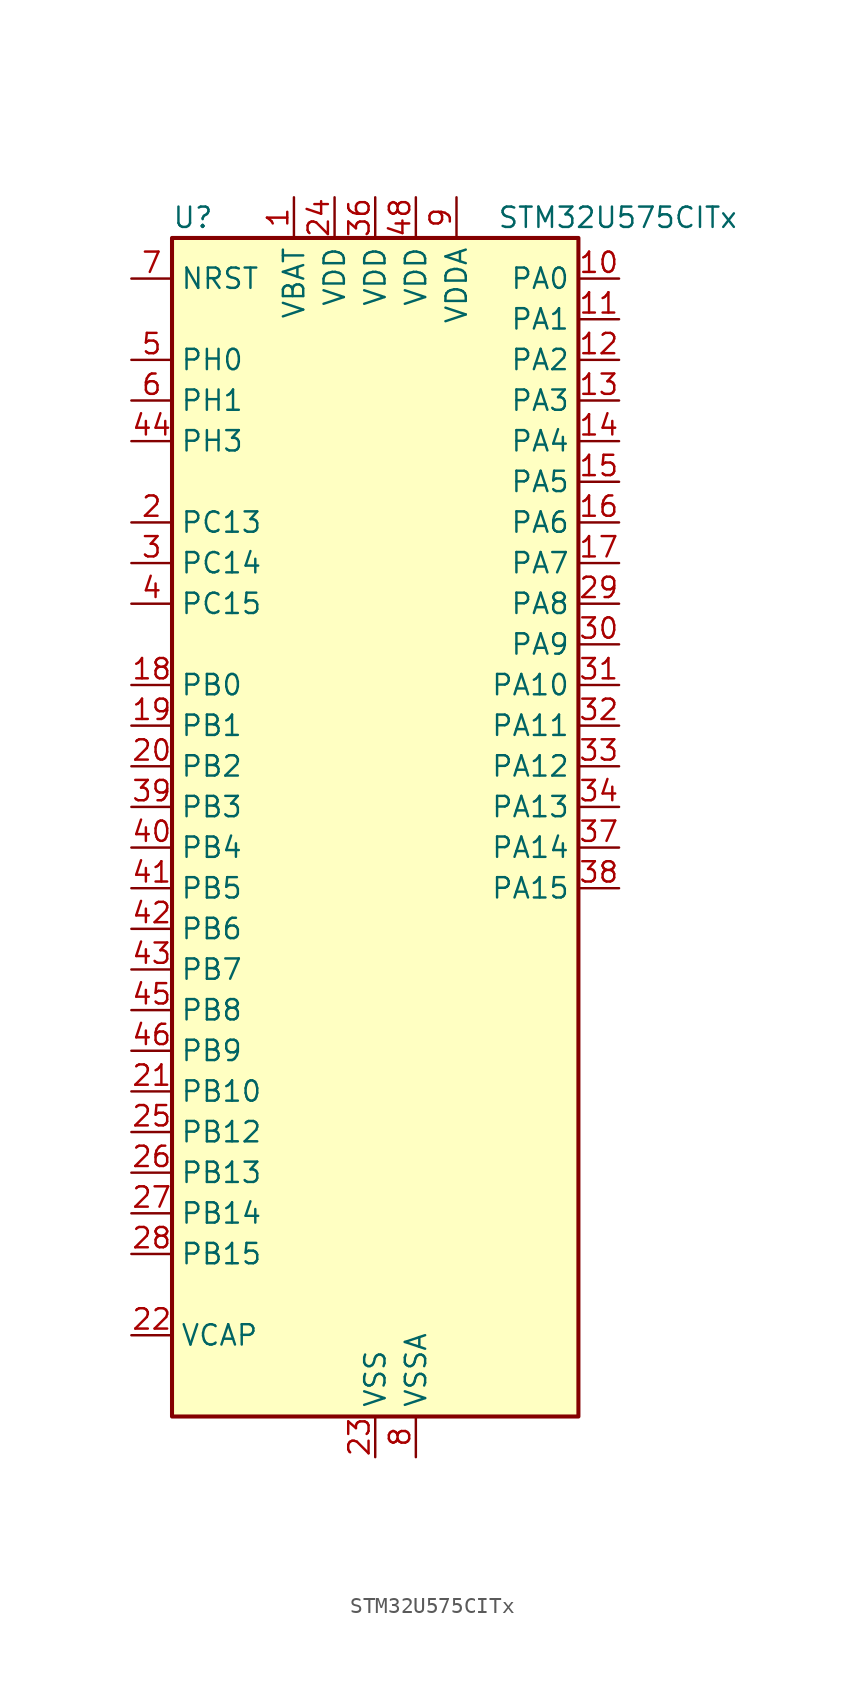
<source format=kicad_sym>
(kicad_symbol_lib
  (version 20220914)
  (generator kicad_symbol_editor)
  (symbol "STM32U575CITx"
    (property "Reference" "U"
      (at -12.7 39.37 0)
      (effects (font (size 1.27 1.27)) (justify left)))
    (property "Value" "STM32U575CITx"
      (at 7.62 39.37 0)
      (effects (font (size 1.27 1.27)) (justify left)))
    (property "ki_locked" ""
      (at 0 0 0)
      (effects (font (size 1.27 1.27))))
    (symbol "STM32U575CITx_0_1"
      (rectangle (start -12.7 -35.56) (end 12.7 38.1) (stroke (width 0.254) (type default)) (fill (type background))))
    (symbol "STM32U575CITx_1_1"
      (pin power_in line (at -5.08 40.64 270) (length 2.54) (name "VBAT" (effects (font (size 1.27 1.27)))) (number "1" (effects (font (size 1.27 1.27)))))
      (pin bidirectional line (at 15.24 35.56 180) (length 2.54) (name "PA0" (effects (font (size 1.27 1.27)))) (number "10" (effects (font (size 1.27 1.27)))) (alternate "ADC1_IN5" bidirectional line) (alternate "AUDIOCLK" bidirectional line) (alternate "OCTOSPIM_P2_NCS" bidirectional line) (alternate "OPAMP1_VINP" bidirectional line) (alternate "PWR_WKUP1" bidirectional line) (alternate "SPI3_RDY" bidirectional line) (alternate "TAMP_IN2" bidirectional line) (alternate "TAMP_OUT1" bidirectional line) (alternate "TIM2_CH1" bidirectional line) (alternate "TIM2_ETR" bidirectional line) (alternate "TIM5_CH1" bidirectional line) (alternate "TIM8_ETR" bidirectional line) (alternate "UART4_TX" bidirectional line) (alternate "USART2_CTS" bidirectional line))
      (pin bidirectional line (at 15.24 33.02 180) (length 2.54) (name "PA1" (effects (font (size 1.27 1.27)))) (number "11" (effects (font (size 1.27 1.27)))) (alternate "ADC1_IN6" bidirectional line) (alternate "I2C1_SMBA" bidirectional line) (alternate "LPTIM1_CH2" bidirectional line) (alternate "OCTOSPIM_P1_DQS" bidirectional line) (alternate "OPAMP1_VINM" bidirectional line) (alternate "PWR_WKUP3" bidirectional line) (alternate "SPI1_SCK" bidirectional line) (alternate "TAMP_IN5" bidirectional line) (alternate "TAMP_OUT4" bidirectional line) (alternate "TIM15_CH1N" bidirectional line) (alternate "TIM2_CH2" bidirectional line) (alternate "TIM5_CH2" bidirectional line) (alternate "UART4_RX" bidirectional line) (alternate "USART2_DE" bidirectional line) (alternate "USART2_RTS" bidirectional line))
      (pin bidirectional line (at 15.24 30.48 180) (length 2.54) (name "PA2" (effects (font (size 1.27 1.27)))) (number "12" (effects (font (size 1.27 1.27)))) (alternate "ADC1_IN7" bidirectional line) (alternate "COMP1_INP" bidirectional line) (alternate "LPUART1_TX" bidirectional line) (alternate "OCTOSPIM_P1_NCS" bidirectional line) (alternate "PWR_WKUP4" bidirectional line) (alternate "RCC_LSCO" bidirectional line) (alternate "SPI1_RDY" bidirectional line) (alternate "TIM15_CH1" bidirectional line) (alternate "TIM2_CH3" bidirectional line) (alternate "TIM5_CH3" bidirectional line) (alternate "UCPD1_FRSTX1" bidirectional line) (alternate "USART2_TX" bidirectional line))
      (pin bidirectional line (at 15.24 27.94 180) (length 2.54) (name "PA3" (effects (font (size 1.27 1.27)))) (number "13" (effects (font (size 1.27 1.27)))) (alternate "ADC1_IN8" bidirectional line) (alternate "LPUART1_RX" bidirectional line) (alternate "OCTOSPIM_P1_CLK" bidirectional line) (alternate "OPAMP1_VOUT" bidirectional line) (alternate "PWR_WKUP5" bidirectional line) (alternate "SAI1_CK1" bidirectional line) (alternate "SAI1_MCLK_A" bidirectional line) (alternate "TIM15_CH2" bidirectional line) (alternate "TIM2_CH4" bidirectional line) (alternate "TIM5_CH4" bidirectional line) (alternate "USART2_RX" bidirectional line))
      (pin bidirectional line (at 15.24 25.4 180) (length 2.54) (name "PA4" (effects (font (size 1.27 1.27)))) (number "14" (effects (font (size 1.27 1.27)))) (alternate "ADC1_IN9" bidirectional line) (alternate "ADC4_IN9" bidirectional line) (alternate "DAC1_OUT1" bidirectional line) (alternate "LPTIM2_CH1" bidirectional line) (alternate "OCTOSPIM_P1_NCS" bidirectional line) (alternate "PWR_WKUP2" bidirectional line) (alternate "SAI1_FS_B" bidirectional line) (alternate "SPI1_NSS" bidirectional line) (alternate "SPI3_NSS" bidirectional line) (alternate "USART2_CK" bidirectional line))
      (pin bidirectional line (at 15.24 22.86 180) (length 2.54) (name "PA5" (effects (font (size 1.27 1.27)))) (number "15" (effects (font (size 1.27 1.27)))) (alternate "ADC1_IN10" bidirectional line) (alternate "ADC4_IN10" bidirectional line) (alternate "DAC1_OUT2" bidirectional line) (alternate "LPTIM2_ETR" bidirectional line) (alternate "PWR_CSLEEP" bidirectional line) (alternate "PWR_WKUP6" bidirectional line) (alternate "SPI1_SCK" bidirectional line) (alternate "TIM2_CH1" bidirectional line) (alternate "TIM2_ETR" bidirectional line) (alternate "TIM8_CH1N" bidirectional line) (alternate "USART3_RX" bidirectional line))
      (pin bidirectional line (at 15.24 20.32 180) (length 2.54) (name "PA6" (effects (font (size 1.27 1.27)))) (number "16" (effects (font (size 1.27 1.27)))) (alternate "ADC1_IN11" bidirectional line) (alternate "ADC4_IN11" bidirectional line) (alternate "LPUART1_CTS" bidirectional line) (alternate "OCTOSPIM_P1_IO3" bidirectional line) (alternate "OPAMP2_VINP" bidirectional line) (alternate "PWR_CDSTOP" bidirectional line) (alternate "PWR_WKUP7" bidirectional line) (alternate "SPI1_MISO" bidirectional line) (alternate "TIM16_CH1" bidirectional line) (alternate "TIM1_BKIN" bidirectional line) (alternate "TIM3_CH1" bidirectional line) (alternate "TIM8_BKIN" bidirectional line) (alternate "USART3_CTS" bidirectional line))
      (pin bidirectional line (at 15.24 17.78 180) (length 2.54) (name "PA7" (effects (font (size 1.27 1.27)))) (number "17" (effects (font (size 1.27 1.27)))) (alternate "ADC1_IN12" bidirectional line) (alternate "ADC4_IN20" bidirectional line) (alternate "I2C3_SCL" bidirectional line) (alternate "LPTIM2_CH2" bidirectional line) (alternate "OCTOSPIM_P1_IO2" bidirectional line) (alternate "OPAMP2_VINM" bidirectional line) (alternate "PWR_SRDSTOP" bidirectional line) (alternate "PWR_WKUP8" bidirectional line) (alternate "SPI1_MOSI" bidirectional line) (alternate "TIM17_CH1" bidirectional line) (alternate "TIM1_CH1N" bidirectional line) (alternate "TIM3_CH2" bidirectional line) (alternate "TIM8_CH1N" bidirectional line) (alternate "USART3_TX" bidirectional line))
      (pin bidirectional line (at -15.24 10.16 0) (length 2.54) (name "PB0" (effects (font (size 1.27 1.27)))) (number "18" (effects (font (size 1.27 1.27)))) (alternate "ADC1_IN15" bidirectional line) (alternate "ADC4_IN18" bidirectional line) (alternate "AUDIOCLK" bidirectional line) (alternate "COMP1_OUT" bidirectional line) (alternate "LPTIM3_CH1" bidirectional line) (alternate "OCTOSPIM_P1_IO1" bidirectional line) (alternate "OPAMP2_VOUT" bidirectional line) (alternate "SPI1_NSS" bidirectional line) (alternate "TIM1_CH2N" bidirectional line) (alternate "TIM3_CH3" bidirectional line) (alternate "TIM8_CH2N" bidirectional line) (alternate "USART3_CK" bidirectional line))
      (pin bidirectional line (at -15.24 7.62 0) (length 2.54) (name "PB1" (effects (font (size 1.27 1.27)))) (number "19" (effects (font (size 1.27 1.27)))) (alternate "ADC1_IN16" bidirectional line) (alternate "ADC4_IN19" bidirectional line) (alternate "COMP1_INM" bidirectional line) (alternate "LPTIM2_IN1" bidirectional line) (alternate "LPTIM3_CH2" bidirectional line) (alternate "LPUART1_DE" bidirectional line) (alternate "LPUART1_RTS" bidirectional line) (alternate "MDF1_SDI0" bidirectional line) (alternate "OCTOSPIM_P1_IO0" bidirectional line) (alternate "PWR_WKUP4" bidirectional line) (alternate "TIM1_CH3N" bidirectional line) (alternate "TIM3_CH4" bidirectional line) (alternate "TIM8_CH3N" bidirectional line) (alternate "USART3_DE" bidirectional line) (alternate "USART3_RTS" bidirectional line))
      (pin bidirectional line (at -15.24 20.32 0) (length 2.54) (name "PC13" (effects (font (size 1.27 1.27)))) (number "2" (effects (font (size 1.27 1.27)))) (alternate "PWR_WKUP2" bidirectional line) (alternate "RTC_OUT1" bidirectional line) (alternate "RTC_TS" bidirectional line) (alternate "TAMP_IN1" bidirectional line) (alternate "TAMP_OUT2" bidirectional line))
      (pin bidirectional line (at -15.24 5.08 0) (length 2.54) (name "PB2" (effects (font (size 1.27 1.27)))) (number "20" (effects (font (size 1.27 1.27)))) (alternate "ADC1_IN17" bidirectional line) (alternate "COMP1_INP" bidirectional line) (alternate "I2C3_SMBA" bidirectional line) (alternate "LPTIM1_CH1" bidirectional line) (alternate "MDF1_CKI0" bidirectional line) (alternate "OCTOSPIM_P1_DQS" bidirectional line) (alternate "PWR_WKUP1" bidirectional line) (alternate "RTC_OUT2" bidirectional line) (alternate "SPI1_RDY" bidirectional line) (alternate "TIM8_CH4N" bidirectional line) (alternate "UCPD1_FRSTX1" bidirectional line))
      (pin bidirectional line (at -15.24 -15.24 0) (length 2.54) (name "PB10" (effects (font (size 1.27 1.27)))) (number "21" (effects (font (size 1.27 1.27)))) (alternate "COMP1_OUT" bidirectional line) (alternate "I2C2_SCL" bidirectional line) (alternate "I2C4_SCL" bidirectional line) (alternate "LPTIM3_CH1" bidirectional line) (alternate "LPUART1_RX" bidirectional line) (alternate "OCTOSPIM_P1_CLK" bidirectional line) (alternate "PWR_WKUP8" bidirectional line) (alternate "SAI1_SCK_A" bidirectional line) (alternate "SPI2_SCK" bidirectional line) (alternate "TIM2_CH3" bidirectional line) (alternate "TSC_SYNC" bidirectional line) (alternate "USART3_TX" bidirectional line))
      (pin power_out line (at -15.24 -30.48 0) (length 2.54) (name "VCAP" (effects (font (size 1.27 1.27)))) (number "22" (effects (font (size 1.27 1.27)))))
      (pin power_in line (at 0 -38.1 90) (length 2.54) (name "VSS" (effects (font (size 1.27 1.27)))) (number "23" (effects (font (size 1.27 1.27)))))
      (pin power_in line (at -2.54 40.64 270) (length 2.54) (name "VDD" (effects (font (size 1.27 1.27)))) (number "24" (effects (font (size 1.27 1.27)))))
      (pin bidirectional line (at -15.24 -17.78 0) (length 2.54) (name "PB12" (effects (font (size 1.27 1.27)))) (number "25" (effects (font (size 1.27 1.27)))) (alternate "I2C2_SMBA" bidirectional line) (alternate "LPUART1_DE" bidirectional line) (alternate "LPUART1_RTS" bidirectional line) (alternate "MDF1_SDI1" bidirectional line) (alternate "OCTOSPIM_P1_NCLK" bidirectional line) (alternate "SPI2_NSS" bidirectional line) (alternate "TIM15_BKIN" bidirectional line) (alternate "TIM1_BKIN" bidirectional line) (alternate "TSC_G1_IO1" bidirectional line) (alternate "USART3_CK" bidirectional line))
      (pin bidirectional line (at -15.24 -20.32 0) (length 2.54) (name "PB13" (effects (font (size 1.27 1.27)))) (number "26" (effects (font (size 1.27 1.27)))) (alternate "I2C2_SCL" bidirectional line) (alternate "LPTIM3_IN1" bidirectional line) (alternate "LPUART1_CTS" bidirectional line) (alternate "MDF1_CKI1" bidirectional line) (alternate "SPI2_SCK" bidirectional line) (alternate "TIM15_CH1N" bidirectional line) (alternate "TIM1_CH1N" bidirectional line) (alternate "TSC_G1_IO2" bidirectional line) (alternate "USART3_CTS" bidirectional line))
      (pin bidirectional line (at -15.24 -22.86 0) (length 2.54) (name "PB14" (effects (font (size 1.27 1.27)))) (number "27" (effects (font (size 1.27 1.27)))) (alternate "I2C2_SDA" bidirectional line) (alternate "LPTIM3_ETR" bidirectional line) (alternate "MDF1_SDI2" bidirectional line) (alternate "SPI2_MISO" bidirectional line) (alternate "TIM15_CH1" bidirectional line) (alternate "TIM1_CH2N" bidirectional line) (alternate "TIM8_CH2N" bidirectional line) (alternate "TSC_G1_IO3" bidirectional line) (alternate "UCPD1_DBCC2" bidirectional line) (alternate "USART3_DE" bidirectional line) (alternate "USART3_RTS" bidirectional line))
      (pin bidirectional line (at -15.24 -25.4 0) (length 2.54) (name "PB15" (effects (font (size 1.27 1.27)))) (number "28" (effects (font (size 1.27 1.27)))) (alternate "ADC1_EXTI15" bidirectional line) (alternate "ADC4_EXTI15" bidirectional line) (alternate "LPTIM2_IN2" bidirectional line) (alternate "MDF1_CKI2" bidirectional line) (alternate "PWR_WKUP7" bidirectional line) (alternate "RTC_REFIN" bidirectional line) (alternate "SPI2_MOSI" bidirectional line) (alternate "TIM15_CH2" bidirectional line) (alternate "TIM1_CH3N" bidirectional line) (alternate "TIM8_CH3N" bidirectional line) (alternate "UCPD1_CC2" bidirectional line))
      (pin bidirectional line (at 15.24 15.24 180) (length 2.54) (name "PA8" (effects (font (size 1.27 1.27)))) (number "29" (effects (font (size 1.27 1.27)))) (alternate "DEBUG_TRACECLK" bidirectional line) (alternate "LPTIM2_CH1" bidirectional line) (alternate "RCC_MCO" bidirectional line) (alternate "SAI1_CK2" bidirectional line) (alternate "SAI1_SCK_A" bidirectional line) (alternate "SPI1_RDY" bidirectional line) (alternate "TIM1_CH1" bidirectional line) (alternate "USART1_CK" bidirectional line) (alternate "USB_OTG_FS_SOF" bidirectional line))
      (pin bidirectional line (at -15.24 17.78 0) (length 2.54) (name "PC14" (effects (font (size 1.27 1.27)))) (number "3" (effects (font (size 1.27 1.27)))) (alternate "RCC_OSC32_IN" bidirectional line))
      (pin bidirectional line (at 15.24 12.7 180) (length 2.54) (name "PA9" (effects (font (size 1.27 1.27)))) (number "30" (effects (font (size 1.27 1.27)))) (alternate "DAC1_EXTI9" bidirectional line) (alternate "SAI1_FS_A" bidirectional line) (alternate "SPI2_SCK" bidirectional line) (alternate "TIM15_BKIN" bidirectional line) (alternate "TIM1_CH2" bidirectional line) (alternate "USART1_TX" bidirectional line) (alternate "USB_OTG_FS_VBUS" bidirectional line))
      (pin bidirectional line (at 15.24 10.16 180) (length 2.54) (name "PA10" (effects (font (size 1.27 1.27)))) (number "31" (effects (font (size 1.27 1.27)))) (alternate "CRS_SYNC" bidirectional line) (alternate "LPTIM2_IN2" bidirectional line) (alternate "SAI1_D1" bidirectional line) (alternate "SAI1_SD_A" bidirectional line) (alternate "TIM17_BKIN" bidirectional line) (alternate "TIM1_CH3" bidirectional line) (alternate "USART1_RX" bidirectional line) (alternate "USB_OTG_FS_ID" bidirectional line))
      (pin bidirectional line (at 15.24 7.62 180) (length 2.54) (name "PA11" (effects (font (size 1.27 1.27)))) (number "32" (effects (font (size 1.27 1.27)))) (alternate "ADC1_EXTI11" bidirectional line) (alternate "FDCAN1_RX" bidirectional line) (alternate "SPI1_MISO" bidirectional line) (alternate "TIM1_BKIN2" bidirectional line) (alternate "TIM1_CH4" bidirectional line) (alternate "USART1_CTS" bidirectional line) (alternate "USB_OTG_FS_DM" bidirectional line))
      (pin bidirectional line (at 15.24 5.08 180) (length 2.54) (name "PA12" (effects (font (size 1.27 1.27)))) (number "33" (effects (font (size 1.27 1.27)))) (alternate "FDCAN1_TX" bidirectional line) (alternate "OCTOSPIM_P2_NCS" bidirectional line) (alternate "SPI1_MOSI" bidirectional line) (alternate "TIM1_ETR" bidirectional line) (alternate "USART1_DE" bidirectional line) (alternate "USART1_RTS" bidirectional line) (alternate "USB_OTG_FS_DP" bidirectional line))
      (pin bidirectional line (at 15.24 2.54 180) (length 2.54) (name "PA13" (effects (font (size 1.27 1.27)))) (number "34" (effects (font (size 1.27 1.27)))) (alternate "DEBUG_JTMS-SWDIO" bidirectional line) (alternate "IR_OUT" bidirectional line) (alternate "SAI1_SD_B" bidirectional line) (alternate "USB_OTG_FS_NOE" bidirectional line))
      (pin passive line (at 0 -38.1 90) (length 2.54) hide (name "VSS" (effects (font (size 1.27 1.27)))) (number "35" (effects (font (size 1.27 1.27)))))
      (pin power_in line (at 0 40.64 270) (length 2.54) (name "VDD" (effects (font (size 1.27 1.27)))) (number "36" (effects (font (size 1.27 1.27)))))
      (pin bidirectional line (at 15.24 0 180) (length 2.54) (name "PA14" (effects (font (size 1.27 1.27)))) (number "37" (effects (font (size 1.27 1.27)))) (alternate "DEBUG_JTCK-SWCLK" bidirectional line) (alternate "I2C1_SMBA" bidirectional line) (alternate "I2C4_SMBA" bidirectional line) (alternate "LPTIM1_CH1" bidirectional line) (alternate "SAI1_FS_B" bidirectional line) (alternate "USB_OTG_FS_SOF" bidirectional line))
      (pin bidirectional line (at 15.24 -2.54 180) (length 2.54) (name "PA15" (effects (font (size 1.27 1.27)))) (number "38" (effects (font (size 1.27 1.27)))) (alternate "ADC1_EXTI15" bidirectional line) (alternate "ADC4_EXTI15" bidirectional line) (alternate "DEBUG_JTDI" bidirectional line) (alternate "SPI1_NSS" bidirectional line) (alternate "SPI3_NSS" bidirectional line) (alternate "TIM2_CH1" bidirectional line) (alternate "TIM2_ETR" bidirectional line) (alternate "UART4_DE" bidirectional line) (alternate "UART4_RTS" bidirectional line) (alternate "UCPD1_CC1" bidirectional line) (alternate "USART2_RX" bidirectional line) (alternate "USART3_DE" bidirectional line) (alternate "USART3_RTS" bidirectional line))
      (pin bidirectional line (at -15.24 2.54 0) (length 2.54) (name "PB3" (effects (font (size 1.27 1.27)))) (number "39" (effects (font (size 1.27 1.27)))) (alternate "ADF1_CCK0" bidirectional line) (alternate "COMP2_INM" bidirectional line) (alternate "CRS_SYNC" bidirectional line) (alternate "DEBUG_JTDO-SWO" bidirectional line) (alternate "I2C1_SDA" bidirectional line) (alternate "LPTIM1_CH1" bidirectional line) (alternate "SAI1_SCK_B" bidirectional line) (alternate "SPI1_SCK" bidirectional line) (alternate "SPI3_SCK" bidirectional line) (alternate "TIM2_CH2" bidirectional line) (alternate "USART1_DE" bidirectional line) (alternate "USART1_RTS" bidirectional line))
      (pin bidirectional line (at -15.24 15.24 0) (length 2.54) (name "PC15" (effects (font (size 1.27 1.27)))) (number "4" (effects (font (size 1.27 1.27)))) (alternate "ADC1_EXTI15" bidirectional line) (alternate "ADC4_EXTI15" bidirectional line) (alternate "RCC_OSC32_OUT" bidirectional line))
      (pin bidirectional line (at -15.24 0 0) (length 2.54) (name "PB4" (effects (font (size 1.27 1.27)))) (number "40" (effects (font (size 1.27 1.27)))) (alternate "ADF1_SDI0" bidirectional line) (alternate "COMP2_INP" bidirectional line) (alternate "DEBUG_JTRST" bidirectional line) (alternate "I2C3_SDA" bidirectional line) (alternate "LPTIM1_CH2" bidirectional line) (alternate "SAI1_MCLK_B" bidirectional line) (alternate "SPI1_MISO" bidirectional line) (alternate "SPI3_MISO" bidirectional line) (alternate "TIM17_BKIN" bidirectional line) (alternate "TIM3_CH1" bidirectional line) (alternate "TSC_G2_IO1" bidirectional line) (alternate "USART1_CTS" bidirectional line))
      (pin bidirectional line (at -15.24 -2.54 0) (length 2.54) (name "PB5" (effects (font (size 1.27 1.27)))) (number "41" (effects (font (size 1.27 1.27)))) (alternate "COMP2_OUT" bidirectional line) (alternate "I2C1_SMBA" bidirectional line) (alternate "LPTIM1_IN1" bidirectional line) (alternate "OCTOSPIM_P1_NCLK" bidirectional line) (alternate "PWR_WKUP6" bidirectional line) (alternate "SAI1_SD_B" bidirectional line) (alternate "SPI1_MOSI" bidirectional line) (alternate "SPI3_MOSI" bidirectional line) (alternate "TIM16_BKIN" bidirectional line) (alternate "TIM3_CH2" bidirectional line) (alternate "TSC_G2_IO2" bidirectional line) (alternate "UCPD1_DBCC1" bidirectional line) (alternate "USART1_CK" bidirectional line))
      (pin bidirectional line (at -15.24 -5.08 0) (length 2.54) (name "PB6" (effects (font (size 1.27 1.27)))) (number "42" (effects (font (size 1.27 1.27)))) (alternate "COMP2_INP" bidirectional line) (alternate "I2C1_SCL" bidirectional line) (alternate "I2C4_SCL" bidirectional line) (alternate "LPTIM1_ETR" bidirectional line) (alternate "MDF1_SDI5" bidirectional line) (alternate "PWR_WKUP3" bidirectional line) (alternate "SAI1_FS_B" bidirectional line) (alternate "TIM16_CH1N" bidirectional line) (alternate "TIM4_CH1" bidirectional line) (alternate "TIM8_BKIN2" bidirectional line) (alternate "TSC_G2_IO3" bidirectional line) (alternate "USART1_TX" bidirectional line))
      (pin bidirectional line (at -15.24 -7.62 0) (length 2.54) (name "PB7" (effects (font (size 1.27 1.27)))) (number "43" (effects (font (size 1.27 1.27)))) (alternate "COMP2_INM" bidirectional line) (alternate "I2C1_SDA" bidirectional line) (alternate "I2C4_SDA" bidirectional line) (alternate "LPTIM1_IN2" bidirectional line) (alternate "MDF1_CKI5" bidirectional line) (alternate "PWR_PVD_IN" bidirectional line) (alternate "PWR_WKUP4" bidirectional line) (alternate "TIM17_CH1N" bidirectional line) (alternate "TIM4_CH2" bidirectional line) (alternate "TIM8_BKIN" bidirectional line) (alternate "TSC_G2_IO4" bidirectional line) (alternate "UART4_CTS" bidirectional line) (alternate "USART1_RX" bidirectional line))
      (pin bidirectional line (at -15.24 25.4 0) (length 2.54) (name "PH3" (effects (font (size 1.27 1.27)))) (number "44" (effects (font (size 1.27 1.27)))))
      (pin bidirectional line (at -15.24 -10.16 0) (length 2.54) (name "PB8" (effects (font (size 1.27 1.27)))) (number "45" (effects (font (size 1.27 1.27)))) (alternate "FDCAN1_RX" bidirectional line) (alternate "I2C1_SCL" bidirectional line) (alternate "MDF1_CCK0" bidirectional line) (alternate "PWR_WKUP5" bidirectional line) (alternate "SAI1_CK1" bidirectional line) (alternate "SAI1_MCLK_A" bidirectional line) (alternate "SPI3_RDY" bidirectional line) (alternate "TIM16_CH1" bidirectional line) (alternate "TIM4_CH3" bidirectional line))
      (pin bidirectional line (at -15.24 -12.7 0) (length 2.54) (name "PB9" (effects (font (size 1.27 1.27)))) (number "46" (effects (font (size 1.27 1.27)))) (alternate "DAC1_EXTI9" bidirectional line) (alternate "FDCAN1_TX" bidirectional line) (alternate "I2C1_SDA" bidirectional line) (alternate "IR_OUT" bidirectional line) (alternate "SAI1_D2" bidirectional line) (alternate "SAI1_FS_A" bidirectional line) (alternate "SPI2_NSS" bidirectional line) (alternate "TIM17_CH1" bidirectional line) (alternate "TIM4_CH4" bidirectional line))
      (pin passive line (at 0 -38.1 90) (length 2.54) hide (name "VSS" (effects (font (size 1.27 1.27)))) (number "47" (effects (font (size 1.27 1.27)))))
      (pin power_in line (at 2.54 40.64 270) (length 2.54) (name "VDD" (effects (font (size 1.27 1.27)))) (number "48" (effects (font (size 1.27 1.27)))))
      (pin bidirectional line (at -15.24 30.48 0) (length 2.54) (name "PH0" (effects (font (size 1.27 1.27)))) (number "5" (effects (font (size 1.27 1.27)))) (alternate "RCC_OSC_IN" bidirectional line))
      (pin bidirectional line (at -15.24 27.94 0) (length 2.54) (name "PH1" (effects (font (size 1.27 1.27)))) (number "6" (effects (font (size 1.27 1.27)))) (alternate "RCC_OSC_OUT" bidirectional line))
      (pin input line (at -15.24 35.56 0) (length 2.54) (name "NRST" (effects (font (size 1.27 1.27)))) (number "7" (effects (font (size 1.27 1.27)))))
      (pin power_in line (at 2.54 -38.1 90) (length 2.54) (name "VSSA" (effects (font (size 1.27 1.27)))) (number "8" (effects (font (size 1.27 1.27)))))
      (pin power_in line (at 5.08 40.64 270) (length 2.54) (name "VDDA" (effects (font (size 1.27 1.27)))) (number "9" (effects (font (size 1.27 1.27))))))))
</source>
